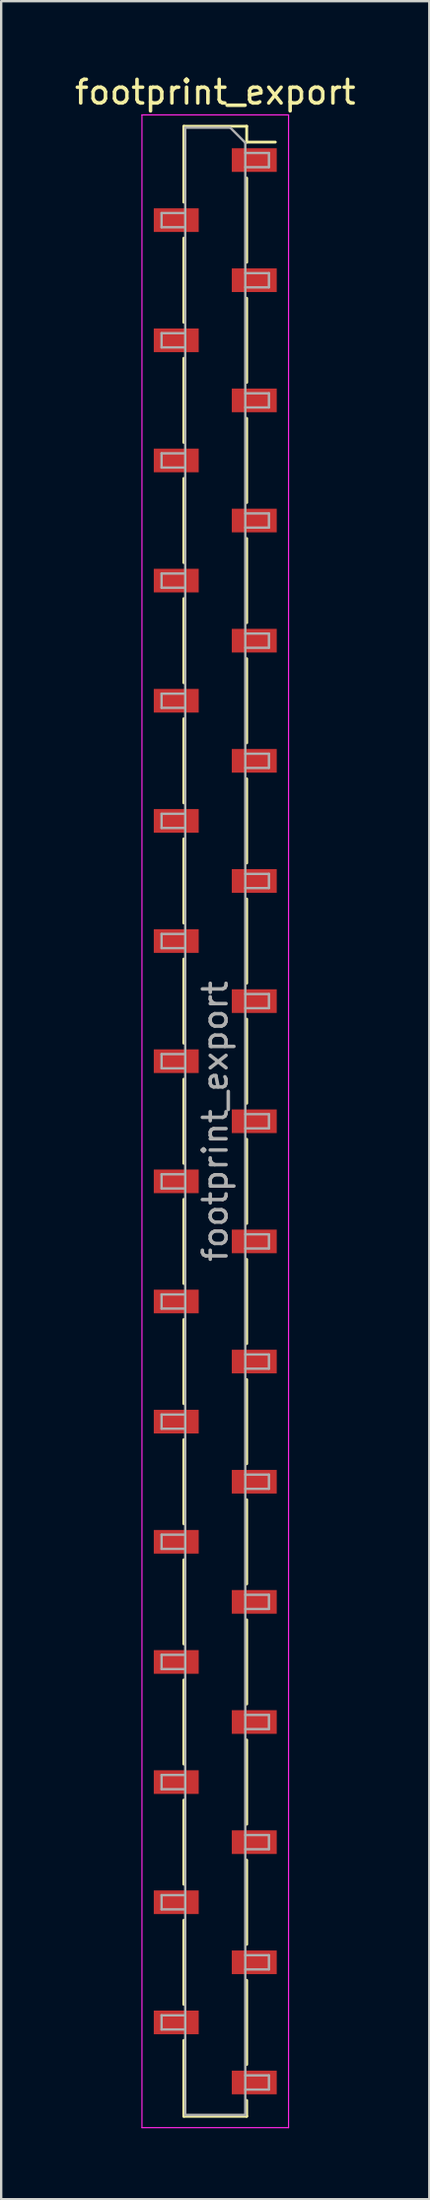
<source format=kicad_pcb>
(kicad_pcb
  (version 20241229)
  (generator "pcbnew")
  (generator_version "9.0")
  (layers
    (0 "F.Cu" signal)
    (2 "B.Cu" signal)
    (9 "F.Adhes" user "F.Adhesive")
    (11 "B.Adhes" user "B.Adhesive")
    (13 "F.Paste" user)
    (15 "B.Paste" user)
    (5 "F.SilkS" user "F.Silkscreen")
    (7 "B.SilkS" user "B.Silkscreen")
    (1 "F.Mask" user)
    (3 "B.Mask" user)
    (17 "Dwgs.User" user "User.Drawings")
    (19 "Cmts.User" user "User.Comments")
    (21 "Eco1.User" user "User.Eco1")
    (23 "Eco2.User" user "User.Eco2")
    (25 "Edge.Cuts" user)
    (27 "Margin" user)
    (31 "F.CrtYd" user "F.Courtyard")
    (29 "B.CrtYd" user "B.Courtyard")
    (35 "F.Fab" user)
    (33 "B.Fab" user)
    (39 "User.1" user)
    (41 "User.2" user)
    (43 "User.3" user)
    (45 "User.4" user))
  (footprint "footprint_export"
    (layer "F.Cu")
    (at 6.054 44.358)
    (property "Reference" "footprint_export" (at 0 -43.51 0) (layer "F.SilkS") (effects (font (size 1 1) (thickness 0.15))))
    (attr smd)
    (fp_line (start -1.33 -42.07) (end -1.33 -38.86) (stroke (width 0.12) (type solid)) (layer "F.SilkS"))
    (fp_line (start -1.33 -42.07) (end 1.33 -42.07) (stroke (width 0.12) (type solid)) (layer "F.SilkS"))
    (fp_line (start -1.33 -37.34) (end -1.33 -33.78) (stroke (width 0.12) (type solid)) (layer "F.SilkS"))
    (fp_line (start -1.33 -32.26) (end -1.33 -28.7) (stroke (width 0.12) (type solid)) (layer "F.SilkS"))
    (fp_line (start -1.33 -27.18) (end -1.33 -23.62) (stroke (width 0.12) (type solid)) (layer "F.SilkS"))
    (fp_line (start -1.33 -22.1) (end -1.33 -18.54) (stroke (width 0.12) (type solid)) (layer "F.SilkS"))
    (fp_line (start -1.33 -17.02) (end -1.33 -13.46) (stroke (width 0.12) (type solid)) (layer "F.SilkS"))
    (fp_line (start -1.33 -11.94) (end -1.33 -8.38) (stroke (width 0.12) (type solid)) (layer "F.SilkS"))
    (fp_line (start -1.33 -6.86) (end -1.33 -3.3) (stroke (width 0.12) (type solid)) (layer "F.SilkS"))
    (fp_line (start -1.33 -1.78) (end -1.33 1.78) (stroke (width 0.12) (type solid)) (layer "F.SilkS"))
    (fp_line (start -1.33 3.3) (end -1.33 6.86) (stroke (width 0.12) (type solid)) (layer "F.SilkS"))
    (fp_line (start -1.33 8.38) (end -1.33 11.94) (stroke (width 0.12) (type solid)) (layer "F.SilkS"))
    (fp_line (start -1.33 13.46) (end -1.33 17.02) (stroke (width 0.12) (type solid)) (layer "F.SilkS"))
    (fp_line (start -1.33 18.54) (end -1.33 22.1) (stroke (width 0.12) (type solid)) (layer "F.SilkS"))
    (fp_line (start -1.33 23.62) (end -1.33 27.18) (stroke (width 0.12) (type solid)) (layer "F.SilkS"))
    (fp_line (start -1.33 28.7) (end -1.33 32.26) (stroke (width 0.12) (type solid)) (layer "F.SilkS"))
    (fp_line (start -1.33 33.78) (end -1.33 37.34) (stroke (width 0.12) (type solid)) (layer "F.SilkS"))
    (fp_line (start -1.33 38.86) (end -1.33 42.07) (stroke (width 0.12) (type solid)) (layer "F.SilkS"))
    (fp_line (start -1.33 42.07) (end 1.33 42.07) (stroke (width 0.12) (type solid)) (layer "F.SilkS"))
    (fp_line (start 1.33 -42.07) (end 1.33 -41.4) (stroke (width 0.12) (type solid)) (layer "F.SilkS"))
    (fp_line (start 1.33 -41.4) (end 2.54 -41.4) (stroke (width 0.12) (type solid)) (layer "F.SilkS"))
    (fp_line (start 1.33 -39.88) (end 1.33 -36.32) (stroke (width 0.12) (type solid)) (layer "F.SilkS"))
    (fp_line (start 1.33 -34.8) (end 1.33 -31.24) (stroke (width 0.12) (type solid)) (layer "F.SilkS"))
    (fp_line (start 1.33 -29.72) (end 1.33 -26.16) (stroke (width 0.12) (type solid)) (layer "F.SilkS"))
    (fp_line (start 1.33 -24.64) (end 1.33 -21.08) (stroke (width 0.12) (type solid)) (layer "F.SilkS"))
    (fp_line (start 1.33 -19.56) (end 1.33 -16) (stroke (width 0.12) (type solid)) (layer "F.SilkS"))
    (fp_line (start 1.33 -14.48) (end 1.33 -10.92) (stroke (width 0.12) (type solid)) (layer "F.SilkS"))
    (fp_line (start 1.33 -9.4) (end 1.33 -5.84) (stroke (width 0.12) (type solid)) (layer "F.SilkS"))
    (fp_line (start 1.33 -4.32) (end 1.33 -0.76) (stroke (width 0.12) (type solid)) (layer "F.SilkS"))
    (fp_line (start 1.33 0.76) (end 1.33 4.32) (stroke (width 0.12) (type solid)) (layer "F.SilkS"))
    (fp_line (start 1.33 5.84) (end 1.33 9.4) (stroke (width 0.12) (type solid)) (layer "F.SilkS"))
    (fp_line (start 1.33 10.92) (end 1.33 14.48) (stroke (width 0.12) (type solid)) (layer "F.SilkS"))
    (fp_line (start 1.33 16) (end 1.33 19.56) (stroke (width 0.12) (type solid)) (layer "F.SilkS"))
    (fp_line (start 1.33 21.08) (end 1.33 24.64) (stroke (width 0.12) (type solid)) (layer "F.SilkS"))
    (fp_line (start 1.33 26.16) (end 1.33 29.72) (stroke (width 0.12) (type solid)) (layer "F.SilkS"))
    (fp_line (start 1.33 31.24) (end 1.33 34.8) (stroke (width 0.12) (type solid)) (layer "F.SilkS"))
    (fp_line (start 1.33 36.32) (end 1.33 39.88) (stroke (width 0.12) (type solid)) (layer "F.SilkS"))
    (fp_line (start 1.33 41.4) (end 1.33 42.07) (stroke (width 0.12) (type solid)) (layer "F.SilkS"))
    (fp_line (start -3.1 -42.55) (end 3.1 -42.55) (stroke (width 0.05) (type solid)) (layer "F.CrtYd"))
    (fp_line (start -3.1 42.55) (end -3.1 -42.55) (stroke (width 0.05) (type solid)) (layer "F.CrtYd"))
    (fp_line (start 3.1 -42.55) (end 3.1 42.55) (stroke (width 0.05) (type solid)) (layer "F.CrtYd"))
    (fp_line (start 3.1 42.55) (end -3.1 42.55) (stroke (width 0.05) (type solid)) (layer "F.CrtYd"))
    (fp_line (start -2.27 -38.4) (end -1.27 -38.4) (stroke (width 0.1) (type solid)) (layer "F.Fab"))
    (fp_line (start -2.27 -37.8) (end -2.27 -38.4) (stroke (width 0.1) (type solid)) (layer "F.Fab"))
    (fp_line (start -2.27 -33.32) (end -1.27 -33.32) (stroke (width 0.1) (type solid)) (layer "F.Fab"))
    (fp_line (start -2.27 -32.72) (end -2.27 -33.32) (stroke (width 0.1) (type solid)) (layer "F.Fab"))
    (fp_line (start -2.27 -28.24) (end -1.27 -28.24) (stroke (width 0.1) (type solid)) (layer "F.Fab"))
    (fp_line (start -2.27 -27.64) (end -2.27 -28.24) (stroke (width 0.1) (type solid)) (layer "F.Fab"))
    (fp_line (start -2.27 -23.16) (end -1.27 -23.16) (stroke (width 0.1) (type solid)) (layer "F.Fab"))
    (fp_line (start -2.27 -22.56) (end -2.27 -23.16) (stroke (width 0.1) (type solid)) (layer "F.Fab"))
    (fp_line (start -2.27 -18.08) (end -1.27 -18.08) (stroke (width 0.1) (type solid)) (layer "F.Fab"))
    (fp_line (start -2.27 -17.48) (end -2.27 -18.08) (stroke (width 0.1) (type solid)) (layer "F.Fab"))
    (fp_line (start -2.27 -13) (end -1.27 -13) (stroke (width 0.1) (type solid)) (layer "F.Fab"))
    (fp_line (start -2.27 -12.4) (end -2.27 -13) (stroke (width 0.1) (type solid)) (layer "F.Fab"))
    (fp_line (start -2.27 -7.92) (end -1.27 -7.92) (stroke (width 0.1) (type solid)) (layer "F.Fab"))
    (fp_line (start -2.27 -7.32) (end -2.27 -7.92) (stroke (width 0.1) (type solid)) (layer "F.Fab"))
    (fp_line (start -2.27 -2.84) (end -1.27 -2.84) (stroke (width 0.1) (type solid)) (layer "F.Fab"))
    (fp_line (start -2.27 -2.24) (end -2.27 -2.84) (stroke (width 0.1) (type solid)) (layer "F.Fab"))
    (fp_line (start -2.27 2.24) (end -1.27 2.24) (stroke (width 0.1) (type solid)) (layer "F.Fab"))
    (fp_line (start -2.27 2.84) (end -2.27 2.24) (stroke (width 0.1) (type solid)) (layer "F.Fab"))
    (fp_line (start -2.27 7.32) (end -1.27 7.32) (stroke (width 0.1) (type solid)) (layer "F.Fab"))
    (fp_line (start -2.27 7.92) (end -2.27 7.32) (stroke (width 0.1) (type solid)) (layer "F.Fab"))
    (fp_line (start -2.27 12.4) (end -1.27 12.4) (stroke (width 0.1) (type solid)) (layer "F.Fab"))
    (fp_line (start -2.27 13) (end -2.27 12.4) (stroke (width 0.1) (type solid)) (layer "F.Fab"))
    (fp_line (start -2.27 17.48) (end -1.27 17.48) (stroke (width 0.1) (type solid)) (layer "F.Fab"))
    (fp_line (start -2.27 18.08) (end -2.27 17.48) (stroke (width 0.1) (type solid)) (layer "F.Fab"))
    (fp_line (start -2.27 22.56) (end -1.27 22.56) (stroke (width 0.1) (type solid)) (layer "F.Fab"))
    (fp_line (start -2.27 23.16) (end -2.27 22.56) (stroke (width 0.1) (type solid)) (layer "F.Fab"))
    (fp_line (start -2.27 27.64) (end -1.27 27.64) (stroke (width 0.1) (type solid)) (layer "F.Fab"))
    (fp_line (start -2.27 28.24) (end -2.27 27.64) (stroke (width 0.1) (type solid)) (layer "F.Fab"))
    (fp_line (start -2.27 32.72) (end -1.27 32.72) (stroke (width 0.1) (type solid)) (layer "F.Fab"))
    (fp_line (start -2.27 33.32) (end -2.27 32.72) (stroke (width 0.1) (type solid)) (layer "F.Fab"))
    (fp_line (start -2.27 37.8) (end -1.27 37.8) (stroke (width 0.1) (type solid)) (layer "F.Fab"))
    (fp_line (start -2.27 38.4) (end -2.27 37.8) (stroke (width 0.1) (type solid)) (layer "F.Fab"))
    (fp_line (start -1.27 -42.01) (end 0.635 -42.01) (stroke (width 0.1) (type solid)) (layer "F.Fab"))
    (fp_line (start -1.27 -37.8) (end -2.27 -37.8) (stroke (width 0.1) (type solid)) (layer "F.Fab"))
    (fp_line (start -1.27 -32.72) (end -2.27 -32.72) (stroke (width 0.1) (type solid)) (layer "F.Fab"))
    (fp_line (start -1.27 -27.64) (end -2.27 -27.64) (stroke (width 0.1) (type solid)) (layer "F.Fab"))
    (fp_line (start -1.27 -22.56) (end -2.27 -22.56) (stroke (width 0.1) (type solid)) (layer "F.Fab"))
    (fp_line (start -1.27 -17.48) (end -2.27 -17.48) (stroke (width 0.1) (type solid)) (layer "F.Fab"))
    (fp_line (start -1.27 -12.4) (end -2.27 -12.4) (stroke (width 0.1) (type solid)) (layer "F.Fab"))
    (fp_line (start -1.27 -7.32) (end -2.27 -7.32) (stroke (width 0.1) (type solid)) (layer "F.Fab"))
    (fp_line (start -1.27 -2.24) (end -2.27 -2.24) (stroke (width 0.1) (type solid)) (layer "F.Fab"))
    (fp_line (start -1.27 2.84) (end -2.27 2.84) (stroke (width 0.1) (type solid)) (layer "F.Fab"))
    (fp_line (start -1.27 7.92) (end -2.27 7.92) (stroke (width 0.1) (type solid)) (layer "F.Fab"))
    (fp_line (start -1.27 13) (end -2.27 13) (stroke (width 0.1) (type solid)) (layer "F.Fab"))
    (fp_line (start -1.27 18.08) (end -2.27 18.08) (stroke (width 0.1) (type solid)) (layer "F.Fab"))
    (fp_line (start -1.27 23.16) (end -2.27 23.16) (stroke (width 0.1) (type solid)) (layer "F.Fab"))
    (fp_line (start -1.27 28.24) (end -2.27 28.24) (stroke (width 0.1) (type solid)) (layer "F.Fab"))
    (fp_line (start -1.27 33.32) (end -2.27 33.32) (stroke (width 0.1) (type solid)) (layer "F.Fab"))
    (fp_line (start -1.27 38.4) (end -2.27 38.4) (stroke (width 0.1) (type solid)) (layer "F.Fab"))
    (fp_line (start -1.27 42.01) (end -1.27 -42.01) (stroke (width 0.1) (type solid)) (layer "F.Fab"))
    (fp_line (start 0.635 -42.01) (end 1.27 -41.375) (stroke (width 0.1) (type solid)) (layer "F.Fab"))
    (fp_line (start 1.27 -41.375) (end 1.27 42.01) (stroke (width 0.1) (type solid)) (layer "F.Fab"))
    (fp_line (start 1.27 -40.94) (end 2.27 -40.94) (stroke (width 0.1) (type solid)) (layer "F.Fab"))
    (fp_line (start 1.27 -35.86) (end 2.27 -35.86) (stroke (width 0.1) (type solid)) (layer "F.Fab"))
    (fp_line (start 1.27 -30.78) (end 2.27 -30.78) (stroke (width 0.1) (type solid)) (layer "F.Fab"))
    (fp_line (start 1.27 -25.7) (end 2.27 -25.7) (stroke (width 0.1) (type solid)) (layer "F.Fab"))
    (fp_line (start 1.27 -20.62) (end 2.27 -20.62) (stroke (width 0.1) (type solid)) (layer "F.Fab"))
    (fp_line (start 1.27 -15.54) (end 2.27 -15.54) (stroke (width 0.1) (type solid)) (layer "F.Fab"))
    (fp_line (start 1.27 -10.46) (end 2.27 -10.46) (stroke (width 0.1) (type solid)) (layer "F.Fab"))
    (fp_line (start 1.27 -5.38) (end 2.27 -5.38) (stroke (width 0.1) (type solid)) (layer "F.Fab"))
    (fp_line (start 1.27 -0.3) (end 2.27 -0.3) (stroke (width 0.1) (type solid)) (layer "F.Fab"))
    (fp_line (start 1.27 4.78) (end 2.27 4.78) (stroke (width 0.1) (type solid)) (layer "F.Fab"))
    (fp_line (start 1.27 9.86) (end 2.27 9.86) (stroke (width 0.1) (type solid)) (layer "F.Fab"))
    (fp_line (start 1.27 14.94) (end 2.27 14.94) (stroke (width 0.1) (type solid)) (layer "F.Fab"))
    (fp_line (start 1.27 20.02) (end 2.27 20.02) (stroke (width 0.1) (type solid)) (layer "F.Fab"))
    (fp_line (start 1.27 25.1) (end 2.27 25.1) (stroke (width 0.1) (type solid)) (layer "F.Fab"))
    (fp_line (start 1.27 30.18) (end 2.27 30.18) (stroke (width 0.1) (type solid)) (layer "F.Fab"))
    (fp_line (start 1.27 35.26) (end 2.27 35.26) (stroke (width 0.1) (type solid)) (layer "F.Fab"))
    (fp_line (start 1.27 40.34) (end 2.27 40.34) (stroke (width 0.1) (type solid)) (layer "F.Fab"))
    (fp_line (start 1.27 42.01) (end -1.27 42.01) (stroke (width 0.1) (type solid)) (layer "F.Fab"))
    (fp_line (start 2.27 -40.94) (end 2.27 -40.34) (stroke (width 0.1) (type solid)) (layer "F.Fab"))
    (fp_line (start 2.27 -40.34) (end 1.27 -40.34) (stroke (width 0.1) (type solid)) (layer "F.Fab"))
    (fp_line (start 2.27 -35.86) (end 2.27 -35.26) (stroke (width 0.1) (type solid)) (layer "F.Fab"))
    (fp_line (start 2.27 -35.26) (end 1.27 -35.26) (stroke (width 0.1) (type solid)) (layer "F.Fab"))
    (fp_line (start 2.27 -30.78) (end 2.27 -30.18) (stroke (width 0.1) (type solid)) (layer "F.Fab"))
    (fp_line (start 2.27 -30.18) (end 1.27 -30.18) (stroke (width 0.1) (type solid)) (layer "F.Fab"))
    (fp_line (start 2.27 -25.7) (end 2.27 -25.1) (stroke (width 0.1) (type solid)) (layer "F.Fab"))
    (fp_line (start 2.27 -25.1) (end 1.27 -25.1) (stroke (width 0.1) (type solid)) (layer "F.Fab"))
    (fp_line (start 2.27 -20.62) (end 2.27 -20.02) (stroke (width 0.1) (type solid)) (layer "F.Fab"))
    (fp_line (start 2.27 -20.02) (end 1.27 -20.02) (stroke (width 0.1) (type solid)) (layer "F.Fab"))
    (fp_line (start 2.27 -15.54) (end 2.27 -14.94) (stroke (width 0.1) (type solid)) (layer "F.Fab"))
    (fp_line (start 2.27 -14.94) (end 1.27 -14.94) (stroke (width 0.1) (type solid)) (layer "F.Fab"))
    (fp_line (start 2.27 -10.46) (end 2.27 -9.86) (stroke (width 0.1) (type solid)) (layer "F.Fab"))
    (fp_line (start 2.27 -9.86) (end 1.27 -9.86) (stroke (width 0.1) (type solid)) (layer "F.Fab"))
    (fp_line (start 2.27 -5.38) (end 2.27 -4.78) (stroke (width 0.1) (type solid)) (layer "F.Fab"))
    (fp_line (start 2.27 -4.78) (end 1.27 -4.78) (stroke (width 0.1) (type solid)) (layer "F.Fab"))
    (fp_line (start 2.27 -0.3) (end 2.27 0.3) (stroke (width 0.1) (type solid)) (layer "F.Fab"))
    (fp_line (start 2.27 0.3) (end 1.27 0.3) (stroke (width 0.1) (type solid)) (layer "F.Fab"))
    (fp_line (start 2.27 4.78) (end 2.27 5.38) (stroke (width 0.1) (type solid)) (layer "F.Fab"))
    (fp_line (start 2.27 5.38) (end 1.27 5.38) (stroke (width 0.1) (type solid)) (layer "F.Fab"))
    (fp_line (start 2.27 9.86) (end 2.27 10.46) (stroke (width 0.1) (type solid)) (layer "F.Fab"))
    (fp_line (start 2.27 10.46) (end 1.27 10.46) (stroke (width 0.1) (type solid)) (layer "F.Fab"))
    (fp_line (start 2.27 14.94) (end 2.27 15.54) (stroke (width 0.1) (type solid)) (layer "F.Fab"))
    (fp_line (start 2.27 15.54) (end 1.27 15.54) (stroke (width 0.1) (type solid)) (layer "F.Fab"))
    (fp_line (start 2.27 20.02) (end 2.27 20.62) (stroke (width 0.1) (type solid)) (layer "F.Fab"))
    (fp_line (start 2.27 20.62) (end 1.27 20.62) (stroke (width 0.1) (type solid)) (layer "F.Fab"))
    (fp_line (start 2.27 25.1) (end 2.27 25.7) (stroke (width 0.1) (type solid)) (layer "F.Fab"))
    (fp_line (start 2.27 25.7) (end 1.27 25.7) (stroke (width 0.1) (type solid)) (layer "F.Fab"))
    (fp_line (start 2.27 30.18) (end 2.27 30.78) (stroke (width 0.1) (type solid)) (layer "F.Fab"))
    (fp_line (start 2.27 30.78) (end 1.27 30.78) (stroke (width 0.1) (type solid)) (layer "F.Fab"))
    (fp_line (start 2.27 35.26) (end 2.27 35.86) (stroke (width 0.1) (type solid)) (layer "F.Fab"))
    (fp_line (start 2.27 35.86) (end 1.27 35.86) (stroke (width 0.1) (type solid)) (layer "F.Fab"))
    (fp_line (start 2.27 40.34) (end 2.27 40.94) (stroke (width 0.1) (type solid)) (layer "F.Fab"))
    (fp_line (start 2.27 40.94) (end 1.27 40.94) (stroke (width 0.1) (type solid)) (layer "F.Fab"))
    (fp_text user "${REFERENCE}" (at 0 0 90) (layer "F.Fab") (effects (font (size 1 1) (thickness 0.15))))
    (pad "1" smd rect (at 1.65 -40.64) (size 1.9 1) (layers "F.Cu" "F.Mask" "F.Paste"))
    (pad "2" smd rect (at -1.65 -38.1) (size 1.9 1) (layers "F.Cu" "F.Mask" "F.Paste"))
    (pad "3" smd rect (at 1.65 -35.56) (size 1.9 1) (layers "F.Cu" "F.Mask" "F.Paste"))
    (pad "4" smd rect (at -1.65 -33.02) (size 1.9 1) (layers "F.Cu" "F.Mask" "F.Paste"))
    (pad "5" smd rect (at 1.65 -30.48) (size 1.9 1) (layers "F.Cu" "F.Mask" "F.Paste"))
    (pad "6" smd rect (at -1.65 -27.94) (size 1.9 1) (layers "F.Cu" "F.Mask" "F.Paste"))
    (pad "7" smd rect (at 1.65 -25.4) (size 1.9 1) (layers "F.Cu" "F.Mask" "F.Paste"))
    (pad "8" smd rect (at -1.65 -22.86) (size 1.9 1) (layers "F.Cu" "F.Mask" "F.Paste"))
    (pad "9" smd rect (at 1.65 -20.32) (size 1.9 1) (layers "F.Cu" "F.Mask" "F.Paste"))
    (pad "10" smd rect (at -1.65 -17.78) (size 1.9 1) (layers "F.Cu" "F.Mask" "F.Paste"))
    (pad "11" smd rect (at 1.65 -15.24) (size 1.9 1) (layers "F.Cu" "F.Mask" "F.Paste"))
    (pad "12" smd rect (at -1.65 -12.7) (size 1.9 1) (layers "F.Cu" "F.Mask" "F.Paste"))
    (pad "13" smd rect (at 1.65 -10.16) (size 1.9 1) (layers "F.Cu" "F.Mask" "F.Paste"))
    (pad "14" smd rect (at -1.65 -7.62) (size 1.9 1) (layers "F.Cu" "F.Mask" "F.Paste"))
    (pad "15" smd rect (at 1.65 -5.08) (size 1.9 1) (layers "F.Cu" "F.Mask" "F.Paste"))
    (pad "16" smd rect (at -1.65 -2.54) (size 1.9 1) (layers "F.Cu" "F.Mask" "F.Paste"))
    (pad "17" smd rect (at 1.65 0) (size 1.9 1) (layers "F.Cu" "F.Mask" "F.Paste"))
    (pad "18" smd rect (at -1.65 2.54) (size 1.9 1) (layers "F.Cu" "F.Mask" "F.Paste"))
    (pad "19" smd rect (at 1.65 5.08) (size 1.9 1) (layers "F.Cu" "F.Mask" "F.Paste"))
    (pad "20" smd rect (at -1.65 7.62) (size 1.9 1) (layers "F.Cu" "F.Mask" "F.Paste"))
    (pad "21" smd rect (at 1.65 10.16) (size 1.9 1) (layers "F.Cu" "F.Mask" "F.Paste"))
    (pad "22" smd rect (at -1.65 12.7) (size 1.9 1) (layers "F.Cu" "F.Mask" "F.Paste"))
    (pad "23" smd rect (at 1.65 15.24) (size 1.9 1) (layers "F.Cu" "F.Mask" "F.Paste"))
    (pad "24" smd rect (at -1.65 17.78) (size 1.9 1) (layers "F.Cu" "F.Mask" "F.Paste"))
    (pad "25" smd rect (at 1.65 20.32) (size 1.9 1) (layers "F.Cu" "F.Mask" "F.Paste"))
    (pad "26" smd rect (at -1.65 22.86) (size 1.9 1) (layers "F.Cu" "F.Mask" "F.Paste"))
    (pad "27" smd rect (at 1.65 25.4) (size 1.9 1) (layers "F.Cu" "F.Mask" "F.Paste"))
    (pad "28" smd rect (at -1.65 27.94) (size 1.9 1) (layers "F.Cu" "F.Mask" "F.Paste"))
    (pad "29" smd rect (at 1.65 30.48) (size 1.9 1) (layers "F.Cu" "F.Mask" "F.Paste"))
    (pad "30" smd rect (at -1.65 33.02) (size 1.9 1) (layers "F.Cu" "F.Mask" "F.Paste"))
    (pad "31" smd rect (at 1.65 35.56) (size 1.9 1) (layers "F.Cu" "F.Mask" "F.Paste"))
    (pad "32" smd rect (at -1.65 38.1) (size 1.9 1) (layers "F.Cu" "F.Mask" "F.Paste"))
    (pad "33" smd rect (at 1.65 40.64) (size 1.9 1) (layers "F.Cu" "F.Mask" "F.Paste")))
  (gr_rect
    (start -3 -3)
    (end 15.107 89.933)
    (stroke (width 0.1) (type default))
    (fill no)
    (layer "Edge.Cuts")))
</source>
